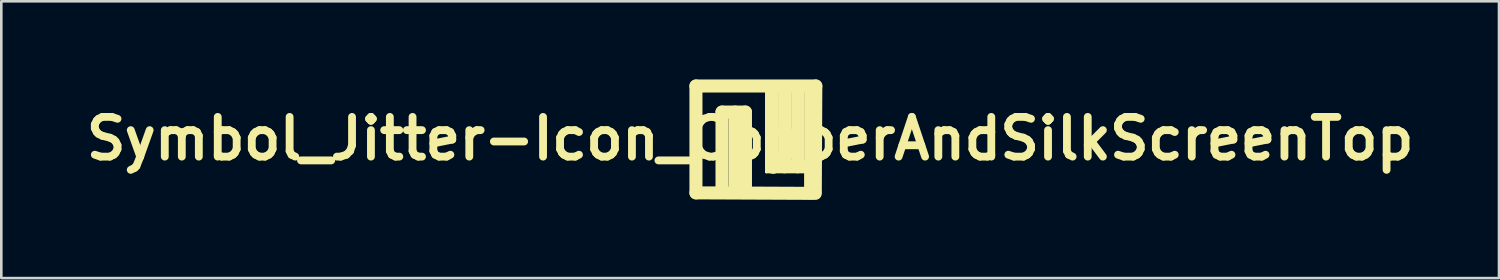
<source format=kicad_pcb>
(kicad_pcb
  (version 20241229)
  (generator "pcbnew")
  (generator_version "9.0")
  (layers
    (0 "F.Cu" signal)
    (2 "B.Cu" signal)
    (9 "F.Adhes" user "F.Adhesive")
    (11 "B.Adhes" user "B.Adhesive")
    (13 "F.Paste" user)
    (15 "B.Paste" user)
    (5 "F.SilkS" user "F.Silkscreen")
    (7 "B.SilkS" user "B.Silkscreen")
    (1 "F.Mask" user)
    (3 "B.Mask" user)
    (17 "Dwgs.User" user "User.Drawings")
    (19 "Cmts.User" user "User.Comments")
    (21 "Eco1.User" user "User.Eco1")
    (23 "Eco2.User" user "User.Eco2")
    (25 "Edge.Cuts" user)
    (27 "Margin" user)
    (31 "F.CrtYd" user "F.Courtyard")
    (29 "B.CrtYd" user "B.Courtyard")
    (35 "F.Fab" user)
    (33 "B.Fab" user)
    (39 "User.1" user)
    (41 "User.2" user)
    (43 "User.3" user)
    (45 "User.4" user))
  (footprint "Symbol_Jitter-Icon_CopperAndSilkScreenTop"
    (layer "F.Cu")
    (at 25.734 2.27)
    (property "Reference" "Symbol_Jitter-Icon_CopperAndSilkScreenTop" (at 0 0 0) (layer "F.SilkS") (effects (font (size 1.524 1.524) (thickness 0.3))))
    (attr exclude_from_pos_files exclude_from_bom)
    (fp_line (start -1.58 1.58) (end -1.58 -1.52) (stroke (width 0.8) (type solid)) (layer "F.Mask"))
    (fp_line (start 0.22 -1.52) (end -1.58 -1.52) (stroke (width 0.8) (type solid)) (layer "F.Mask"))
    (fp_line (start 0.32 1.58) (end 0.32 -1.52) (stroke (width 0.8) (type solid)) (layer "F.Mask"))
    (fp_line (start 1.92 1.58) (end 0.32 1.58) (stroke (width 0.8) (type solid)) (layer "F.Mask"))
    (fp_line (start -2.08 2.08) (end -2.08 -2.02) (stroke (width 0.5) (type solid)) (layer "F.SilkS"))
    (fp_line (start -1.08 -1.02) (end -1.08 1.88) (stroke (width 0.5) (type solid)) (layer "F.SilkS"))
    (fp_line (start -0.58 -1.02) (end -0.58 1.88) (stroke (width 0.5) (type solid)) (layer "F.SilkS"))
    (fp_line (start -0.18 -1.02) (end -1.08 -1.02) (stroke (width 0.5) (type solid)) (layer "F.SilkS"))
    (fp_line (start -0.18 -1.02) (end -0.18 1.88) (stroke (width 0.5) (type solid)) (layer "F.SilkS"))
    (fp_line (start 0.62 1.28) (end 0.62 0.99) (stroke (width 0.1) (type solid)) (layer "F.SilkS"))
    (fp_line (start 0.82 -1.92) (end 0.82 1.08) (stroke (width 0.5) (type solid)) (layer "F.SilkS"))
    (fp_line (start 0.92 1.28) (end 0.62 1.28) (stroke (width 0.1) (type solid)) (layer "F.SilkS"))
    (fp_line (start 1.32 -1.92) (end 1.32 1.08) (stroke (width 0.5) (type solid)) (layer "F.SilkS"))
    (fp_line (start 1.82 -1.92) (end 1.82 1.08) (stroke (width 0.5) (type solid)) (layer "F.SilkS"))
    (fp_line (start 2.32 -1.92) (end 2.32 2.08) (stroke (width 0.5) (type solid)) (layer "F.SilkS"))
    (fp_line (start 2.42 1.08) (end 0.82 1.08) (stroke (width 0.5) (type solid)) (layer "F.SilkS"))
    (fp_line (start 2.5 2.1) (end -2.08 2.08) (stroke (width 0.5) (type solid)) (layer "F.SilkS"))
    (fp_line (start 2.52 -2.02) (end -2.08 -2.02) (stroke (width 0.5) (type solid)) (layer "F.SilkS"))
    (fp_line (start 2.52 -2.02) (end 2.5 2) (stroke (width 0.5) (type solid)) (layer "F.SilkS")))
  (gr_rect
    (start -3 -3)
    (end 54.468 7.62)
    (stroke (width 0.1) (type default))
    (fill no)
    (layer "Edge.Cuts")))
</source>
